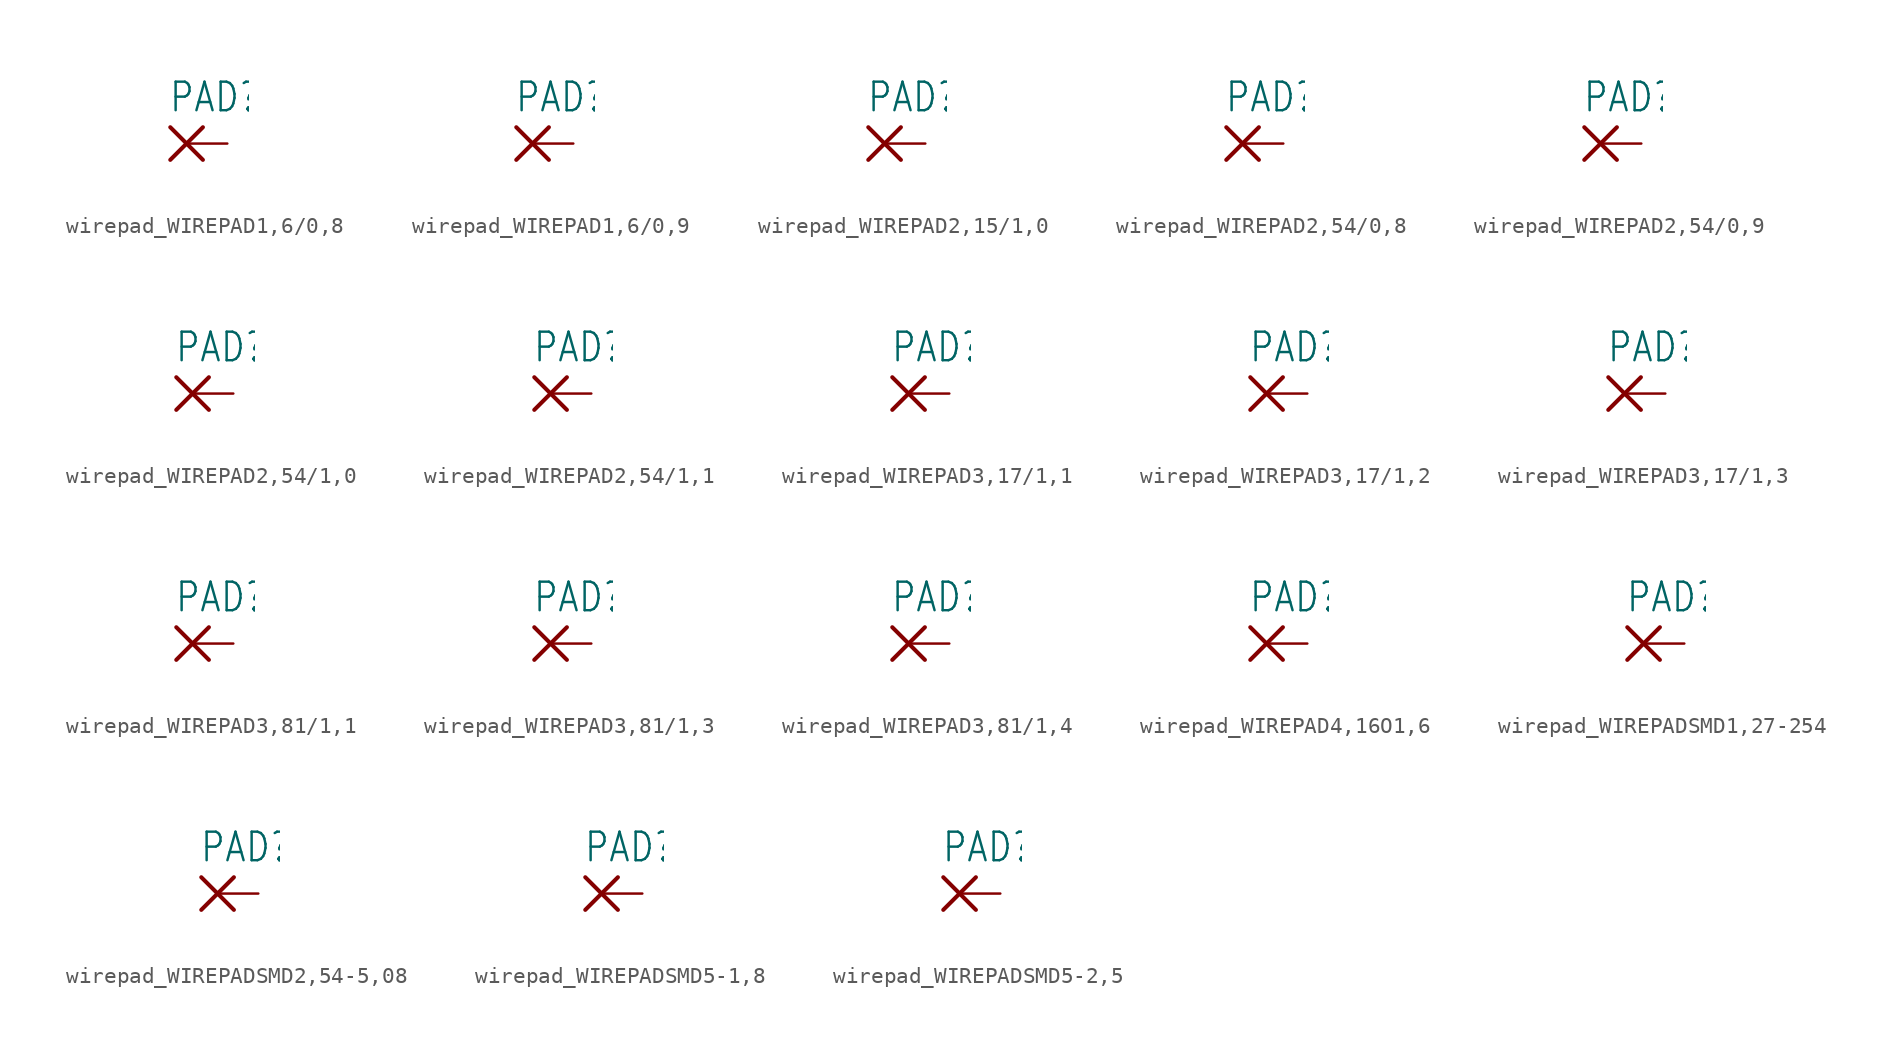
<source format=kicad_sym>
(kicad_symbol_lib
  (version 20231120)
  (generator "kicad_symbol_editor")
  (generator_version "8.0")
  (symbol "wirepad_WIREPAD1,6/0,8"
    (property "Reference" "PAD"
      (at -1.143 1.854 0)
      (effects (font (size 1.778 1.511)) (justify left bottom)))
    (property "Value" ""
      (at -1.143 -3.302 0)
      (effects (font (size 1.778 1.511)) (justify left bottom)))
    (property "ki_locked" ""
      (at 0 0 0)
      (effects (font (size 1.27 1.27))))
    (symbol "wirepad_WIREPAD1,6/0,8_1_0"
      (polyline (pts (xy -1.016 -1.016) (xy 1.016 1.016)) (stroke (width 0.254) (type solid)) (fill (type none)))
      (polyline (pts (xy -1.016 1.016) (xy 1.016 -1.016)) (stroke (width 0.254) (type solid)) (fill (type none)))
      (pin passive line (at 2.54 0 180) (length 2.54) (name "P" (effects (font (size 0 0)))) (number "1" (effects (font (size 0 0)))))))
  (symbol "wirepad_WIREPAD1,6/0,9"
    (property "Reference" "PAD"
      (at -1.143 1.854 0)
      (effects (font (size 1.778 1.511)) (justify left bottom)))
    (property "Value" ""
      (at -1.143 -3.302 0)
      (effects (font (size 1.778 1.511)) (justify left bottom)))
    (property "ki_locked" ""
      (at 0 0 0)
      (effects (font (size 1.27 1.27))))
    (symbol "wirepad_WIREPAD1,6/0,9_1_0"
      (polyline (pts (xy -1.016 -1.016) (xy 1.016 1.016)) (stroke (width 0.254) (type solid)) (fill (type none)))
      (polyline (pts (xy -1.016 1.016) (xy 1.016 -1.016)) (stroke (width 0.254) (type solid)) (fill (type none)))
      (pin passive line (at 2.54 0 180) (length 2.54) (name "P" (effects (font (size 0 0)))) (number "1" (effects (font (size 0 0)))))))
  (symbol "wirepad_WIREPAD2,15/1,0"
    (property "Reference" "PAD"
      (at -1.143 1.854 0)
      (effects (font (size 1.778 1.511)) (justify left bottom)))
    (property "Value" ""
      (at -1.143 -3.302 0)
      (effects (font (size 1.778 1.511)) (justify left bottom)))
    (property "ki_locked" ""
      (at 0 0 0)
      (effects (font (size 1.27 1.27))))
    (symbol "wirepad_WIREPAD2,15/1,0_1_0"
      (polyline (pts (xy -1.016 -1.016) (xy 1.016 1.016)) (stroke (width 0.254) (type solid)) (fill (type none)))
      (polyline (pts (xy -1.016 1.016) (xy 1.016 -1.016)) (stroke (width 0.254) (type solid)) (fill (type none)))
      (pin passive line (at 2.54 0 180) (length 2.54) (name "P" (effects (font (size 0 0)))) (number "1" (effects (font (size 0 0)))))))
  (symbol "wirepad_WIREPAD2,54/0,8"
    (property "Reference" "PAD"
      (at -1.143 1.854 0)
      (effects (font (size 1.778 1.511)) (justify left bottom)))
    (property "Value" ""
      (at -1.143 -3.302 0)
      (effects (font (size 1.778 1.511)) (justify left bottom)))
    (property "ki_locked" ""
      (at 0 0 0)
      (effects (font (size 1.27 1.27))))
    (symbol "wirepad_WIREPAD2,54/0,8_1_0"
      (polyline (pts (xy -1.016 -1.016) (xy 1.016 1.016)) (stroke (width 0.254) (type solid)) (fill (type none)))
      (polyline (pts (xy -1.016 1.016) (xy 1.016 -1.016)) (stroke (width 0.254) (type solid)) (fill (type none)))
      (pin passive line (at 2.54 0 180) (length 2.54) (name "P" (effects (font (size 0 0)))) (number "1" (effects (font (size 0 0)))))))
  (symbol "wirepad_WIREPAD2,54/0,9"
    (property "Reference" "PAD"
      (at -1.143 1.854 0)
      (effects (font (size 1.778 1.511)) (justify left bottom)))
    (property "Value" ""
      (at -1.143 -3.302 0)
      (effects (font (size 1.778 1.511)) (justify left bottom)))
    (property "ki_locked" ""
      (at 0 0 0)
      (effects (font (size 1.27 1.27))))
    (symbol "wirepad_WIREPAD2,54/0,9_1_0"
      (polyline (pts (xy -1.016 -1.016) (xy 1.016 1.016)) (stroke (width 0.254) (type solid)) (fill (type none)))
      (polyline (pts (xy -1.016 1.016) (xy 1.016 -1.016)) (stroke (width 0.254) (type solid)) (fill (type none)))
      (pin passive line (at 2.54 0 180) (length 2.54) (name "P" (effects (font (size 0 0)))) (number "1" (effects (font (size 0 0)))))))
  (symbol "wirepad_WIREPAD2,54/1,0"
    (property "Reference" "PAD"
      (at -1.143 1.854 0)
      (effects (font (size 1.778 1.511)) (justify left bottom)))
    (property "Value" ""
      (at -1.143 -3.302 0)
      (effects (font (size 1.778 1.511)) (justify left bottom)))
    (property "ki_locked" ""
      (at 0 0 0)
      (effects (font (size 1.27 1.27))))
    (symbol "wirepad_WIREPAD2,54/1,0_1_0"
      (polyline (pts (xy -1.016 -1.016) (xy 1.016 1.016)) (stroke (width 0.254) (type solid)) (fill (type none)))
      (polyline (pts (xy -1.016 1.016) (xy 1.016 -1.016)) (stroke (width 0.254) (type solid)) (fill (type none)))
      (pin passive line (at 2.54 0 180) (length 2.54) (name "P" (effects (font (size 0 0)))) (number "1" (effects (font (size 0 0)))))))
  (symbol "wirepad_WIREPAD2,54/1,1"
    (property "Reference" "PAD"
      (at -1.143 1.854 0)
      (effects (font (size 1.778 1.511)) (justify left bottom)))
    (property "Value" ""
      (at -1.143 -3.302 0)
      (effects (font (size 1.778 1.511)) (justify left bottom)))
    (property "ki_locked" ""
      (at 0 0 0)
      (effects (font (size 1.27 1.27))))
    (symbol "wirepad_WIREPAD2,54/1,1_1_0"
      (polyline (pts (xy -1.016 -1.016) (xy 1.016 1.016)) (stroke (width 0.254) (type solid)) (fill (type none)))
      (polyline (pts (xy -1.016 1.016) (xy 1.016 -1.016)) (stroke (width 0.254) (type solid)) (fill (type none)))
      (pin passive line (at 2.54 0 180) (length 2.54) (name "P" (effects (font (size 0 0)))) (number "1" (effects (font (size 0 0)))))))
  (symbol "wirepad_WIREPAD3,17/1,1"
    (property "Reference" "PAD"
      (at -1.143 1.854 0)
      (effects (font (size 1.778 1.511)) (justify left bottom)))
    (property "Value" ""
      (at -1.143 -3.302 0)
      (effects (font (size 1.778 1.511)) (justify left bottom)))
    (property "ki_locked" ""
      (at 0 0 0)
      (effects (font (size 1.27 1.27))))
    (symbol "wirepad_WIREPAD3,17/1,1_1_0"
      (polyline (pts (xy -1.016 -1.016) (xy 1.016 1.016)) (stroke (width 0.254) (type solid)) (fill (type none)))
      (polyline (pts (xy -1.016 1.016) (xy 1.016 -1.016)) (stroke (width 0.254) (type solid)) (fill (type none)))
      (pin passive line (at 2.54 0 180) (length 2.54) (name "P" (effects (font (size 0 0)))) (number "1" (effects (font (size 0 0)))))))
  (symbol "wirepad_WIREPAD3,17/1,2"
    (property "Reference" "PAD"
      (at -1.143 1.854 0)
      (effects (font (size 1.778 1.511)) (justify left bottom)))
    (property "Value" ""
      (at -1.143 -3.302 0)
      (effects (font (size 1.778 1.511)) (justify left bottom)))
    (property "ki_locked" ""
      (at 0 0 0)
      (effects (font (size 1.27 1.27))))
    (symbol "wirepad_WIREPAD3,17/1,2_1_0"
      (polyline (pts (xy -1.016 -1.016) (xy 1.016 1.016)) (stroke (width 0.254) (type solid)) (fill (type none)))
      (polyline (pts (xy -1.016 1.016) (xy 1.016 -1.016)) (stroke (width 0.254) (type solid)) (fill (type none)))
      (pin passive line (at 2.54 0 180) (length 2.54) (name "P" (effects (font (size 0 0)))) (number "1" (effects (font (size 0 0)))))))
  (symbol "wirepad_WIREPAD3,17/1,3"
    (property "Reference" "PAD"
      (at -1.143 1.854 0)
      (effects (font (size 1.778 1.511)) (justify left bottom)))
    (property "Value" ""
      (at -1.143 -3.302 0)
      (effects (font (size 1.778 1.511)) (justify left bottom)))
    (property "ki_locked" ""
      (at 0 0 0)
      (effects (font (size 1.27 1.27))))
    (symbol "wirepad_WIREPAD3,17/1,3_1_0"
      (polyline (pts (xy -1.016 -1.016) (xy 1.016 1.016)) (stroke (width 0.254) (type solid)) (fill (type none)))
      (polyline (pts (xy -1.016 1.016) (xy 1.016 -1.016)) (stroke (width 0.254) (type solid)) (fill (type none)))
      (pin passive line (at 2.54 0 180) (length 2.54) (name "P" (effects (font (size 0 0)))) (number "1" (effects (font (size 0 0)))))))
  (symbol "wirepad_WIREPAD3,81/1,1"
    (property "Reference" "PAD"
      (at -1.143 1.854 0)
      (effects (font (size 1.778 1.511)) (justify left bottom)))
    (property "Value" ""
      (at -1.143 -3.302 0)
      (effects (font (size 1.778 1.511)) (justify left bottom)))
    (property "ki_locked" ""
      (at 0 0 0)
      (effects (font (size 1.27 1.27))))
    (symbol "wirepad_WIREPAD3,81/1,1_1_0"
      (polyline (pts (xy -1.016 -1.016) (xy 1.016 1.016)) (stroke (width 0.254) (type solid)) (fill (type none)))
      (polyline (pts (xy -1.016 1.016) (xy 1.016 -1.016)) (stroke (width 0.254) (type solid)) (fill (type none)))
      (pin passive line (at 2.54 0 180) (length 2.54) (name "P" (effects (font (size 0 0)))) (number "1" (effects (font (size 0 0)))))))
  (symbol "wirepad_WIREPAD3,81/1,3"
    (property "Reference" "PAD"
      (at -1.143 1.854 0)
      (effects (font (size 1.778 1.511)) (justify left bottom)))
    (property "Value" ""
      (at -1.143 -3.302 0)
      (effects (font (size 1.778 1.511)) (justify left bottom)))
    (property "ki_locked" ""
      (at 0 0 0)
      (effects (font (size 1.27 1.27))))
    (symbol "wirepad_WIREPAD3,81/1,3_1_0"
      (polyline (pts (xy -1.016 -1.016) (xy 1.016 1.016)) (stroke (width 0.254) (type solid)) (fill (type none)))
      (polyline (pts (xy -1.016 1.016) (xy 1.016 -1.016)) (stroke (width 0.254) (type solid)) (fill (type none)))
      (pin passive line (at 2.54 0 180) (length 2.54) (name "P" (effects (font (size 0 0)))) (number "1" (effects (font (size 0 0)))))))
  (symbol "wirepad_WIREPAD3,81/1,4"
    (property "Reference" "PAD"
      (at -1.143 1.854 0)
      (effects (font (size 1.778 1.511)) (justify left bottom)))
    (property "Value" ""
      (at -1.143 -3.302 0)
      (effects (font (size 1.778 1.511)) (justify left bottom)))
    (property "ki_locked" ""
      (at 0 0 0)
      (effects (font (size 1.27 1.27))))
    (symbol "wirepad_WIREPAD3,81/1,4_1_0"
      (polyline (pts (xy -1.016 -1.016) (xy 1.016 1.016)) (stroke (width 0.254) (type solid)) (fill (type none)))
      (polyline (pts (xy -1.016 1.016) (xy 1.016 -1.016)) (stroke (width 0.254) (type solid)) (fill (type none)))
      (pin passive line (at 2.54 0 180) (length 2.54) (name "P" (effects (font (size 0 0)))) (number "1" (effects (font (size 0 0)))))))
  (symbol "wirepad_WIREPAD4,16O1,6"
    (property "Reference" "PAD"
      (at -1.143 1.854 0)
      (effects (font (size 1.778 1.511)) (justify left bottom)))
    (property "Value" ""
      (at -1.143 -3.302 0)
      (effects (font (size 1.778 1.511)) (justify left bottom)))
    (property "ki_locked" ""
      (at 0 0 0)
      (effects (font (size 1.27 1.27))))
    (symbol "wirepad_WIREPAD4,16O1,6_1_0"
      (polyline (pts (xy -1.016 -1.016) (xy 1.016 1.016)) (stroke (width 0.254) (type solid)) (fill (type none)))
      (polyline (pts (xy -1.016 1.016) (xy 1.016 -1.016)) (stroke (width 0.254) (type solid)) (fill (type none)))
      (pin passive line (at 2.54 0 180) (length 2.54) (name "P" (effects (font (size 0 0)))) (number "1" (effects (font (size 0 0)))))))
  (symbol "wirepad_WIREPADSMD1,27-254"
    (property "Reference" "PAD"
      (at -1.143 1.854 0)
      (effects (font (size 1.778 1.511)) (justify left bottom)))
    (property "Value" ""
      (at -1.143 -3.302 0)
      (effects (font (size 1.778 1.511)) (justify left bottom)))
    (property "ki_locked" ""
      (at 0 0 0)
      (effects (font (size 1.27 1.27))))
    (symbol "wirepad_WIREPADSMD1,27-254_1_0"
      (polyline (pts (xy -1.016 -1.016) (xy 1.016 1.016)) (stroke (width 0.254) (type solid)) (fill (type none)))
      (polyline (pts (xy -1.016 1.016) (xy 1.016 -1.016)) (stroke (width 0.254) (type solid)) (fill (type none)))
      (pin passive line (at 2.54 0 180) (length 2.54) (name "P" (effects (font (size 0 0)))) (number "1" (effects (font (size 0 0)))))))
  (symbol "wirepad_WIREPADSMD2,54-5,08"
    (property "Reference" "PAD"
      (at -1.143 1.854 0)
      (effects (font (size 1.778 1.511)) (justify left bottom)))
    (property "Value" ""
      (at -1.143 -3.302 0)
      (effects (font (size 1.778 1.511)) (justify left bottom)))
    (property "ki_locked" ""
      (at 0 0 0)
      (effects (font (size 1.27 1.27))))
    (symbol "wirepad_WIREPADSMD2,54-5,08_1_0"
      (polyline (pts (xy -1.016 -1.016) (xy 1.016 1.016)) (stroke (width 0.254) (type solid)) (fill (type none)))
      (polyline (pts (xy -1.016 1.016) (xy 1.016 -1.016)) (stroke (width 0.254) (type solid)) (fill (type none)))
      (pin passive line (at 2.54 0 180) (length 2.54) (name "P" (effects (font (size 0 0)))) (number "1" (effects (font (size 0 0)))))))
  (symbol "wirepad_WIREPADSMD5-1,8"
    (property "Reference" "PAD"
      (at -1.143 1.854 0)
      (effects (font (size 1.778 1.511)) (justify left bottom)))
    (property "Value" ""
      (at -1.143 -3.302 0)
      (effects (font (size 1.778 1.511)) (justify left bottom)))
    (property "ki_locked" ""
      (at 0 0 0)
      (effects (font (size 1.27 1.27))))
    (symbol "wirepad_WIREPADSMD5-1,8_1_0"
      (polyline (pts (xy -1.016 -1.016) (xy 1.016 1.016)) (stroke (width 0.254) (type solid)) (fill (type none)))
      (polyline (pts (xy -1.016 1.016) (xy 1.016 -1.016)) (stroke (width 0.254) (type solid)) (fill (type none)))
      (pin passive line (at 2.54 0 180) (length 2.54) (name "P" (effects (font (size 0 0)))) (number "1" (effects (font (size 0 0)))))))
  (symbol "wirepad_WIREPADSMD5-2,5"
    (property "Reference" "PAD"
      (at -1.143 1.854 0)
      (effects (font (size 1.778 1.511)) (justify left bottom)))
    (property "Value" ""
      (at -1.143 -3.302 0)
      (effects (font (size 1.778 1.511)) (justify left bottom)))
    (property "ki_locked" ""
      (at 0 0 0)
      (effects (font (size 1.27 1.27))))
    (symbol "wirepad_WIREPADSMD5-2,5_1_0"
      (polyline (pts (xy -1.016 -1.016) (xy 1.016 1.016)) (stroke (width 0.254) (type solid)) (fill (type none)))
      (polyline (pts (xy -1.016 1.016) (xy 1.016 -1.016)) (stroke (width 0.254) (type solid)) (fill (type none)))
      (pin passive line (at 2.54 0 180) (length 2.54) (name "P" (effects (font (size 0 0)))) (number "1" (effects (font (size 0 0))))))))
</source>
